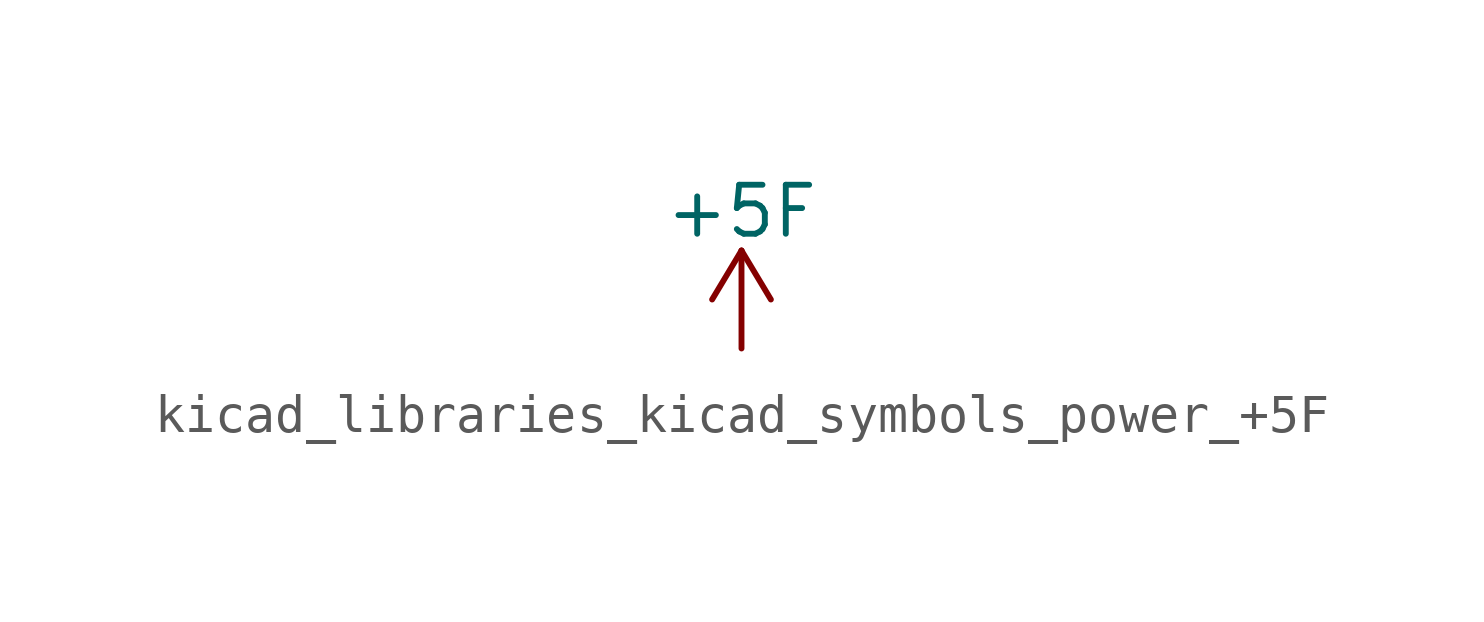
<source format=kicad_sym>
(kicad_symbol_lib
  (version 20220914)
  (generator kicad_symbol_editor)
  (symbol "kicad_libraries_kicad_symbols_power_+5F"
    (power)
    (pin_names
      (offset 0))
    (property "Reference" "#PWR"
      (at 0 -3.81 0)
      (effects (font (size 1.27 1.27)) hide))
    (property "Value" "+5F"
      (at 0 3.556 0)
      (effects (font (size 1.27 1.27))))
    (symbol "kicad_libraries_kicad_symbols_power_+5F_0_1"
      (polyline (pts (xy -0.762 1.27) (xy 0 2.54)) (stroke (width 0) (type default)) (fill (type none)))
      (polyline (pts (xy 0 0) (xy 0 2.54)) (stroke (width 0) (type default)) (fill (type none)))
      (polyline (pts (xy 0 2.54) (xy 0.762 1.27)) (stroke (width 0) (type default)) (fill (type none))))
    (symbol "kicad_libraries_kicad_symbols_power_+5F_1_1"
      (pin power_in line (at 0 0 90) (length 0) hide (name "+5F" (effects (font (size 1.27 1.27)))) (number "1" (effects (font (size 1.27 1.27))))))))
</source>
